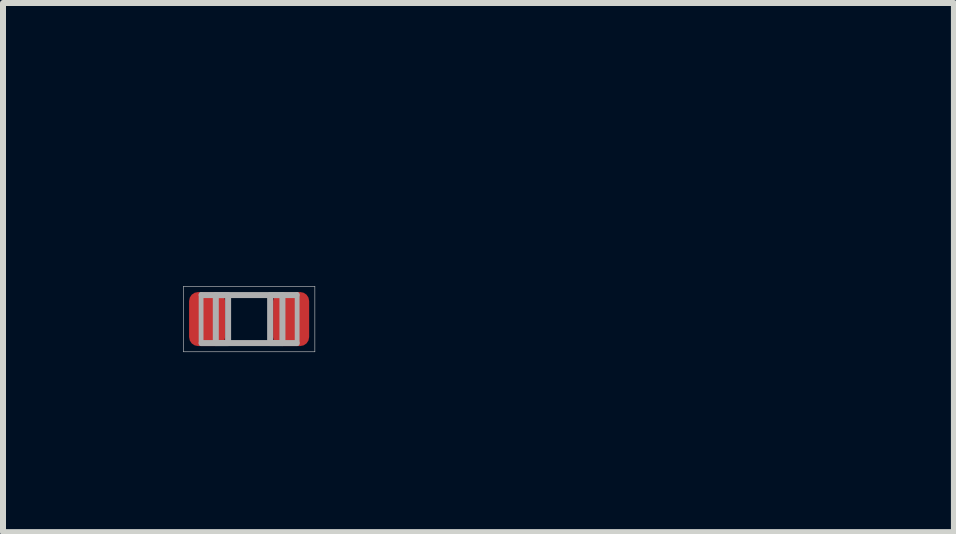
<source format=kicad_pcb>
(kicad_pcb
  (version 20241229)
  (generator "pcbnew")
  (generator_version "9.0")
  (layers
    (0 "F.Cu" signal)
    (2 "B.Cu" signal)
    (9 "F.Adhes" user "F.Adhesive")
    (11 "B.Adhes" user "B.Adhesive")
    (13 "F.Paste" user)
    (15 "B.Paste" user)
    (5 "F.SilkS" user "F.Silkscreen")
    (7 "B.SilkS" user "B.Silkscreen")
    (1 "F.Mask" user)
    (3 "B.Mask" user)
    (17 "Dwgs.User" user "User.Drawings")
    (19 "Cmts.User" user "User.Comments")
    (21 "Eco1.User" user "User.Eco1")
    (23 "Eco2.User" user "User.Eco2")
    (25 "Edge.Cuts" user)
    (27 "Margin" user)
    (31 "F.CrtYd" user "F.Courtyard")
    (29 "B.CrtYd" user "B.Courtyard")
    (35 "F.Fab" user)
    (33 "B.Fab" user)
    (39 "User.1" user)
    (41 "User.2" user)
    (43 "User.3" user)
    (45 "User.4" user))
  (footprint ".0603-C-NOSILK"
    (layer "F.Cu")
    (at 1.1 2.265)
    (property "Reference" ".0603-C-NOSILK" (at 0.6 -1.3 180) (layer "F.Mask") (effects (font (size 0.603 0.603) (thickness 0.121)) (justify left bottom)))
    (attr through_hole)
    (fp_line (start -0.845 -0.295) (end -0.845 0.295) (stroke (width 0.43) (type solid)) (layer "F.Mask"))
    (fp_line (start -0.8 0.41) (end -0.8 -0.41) (stroke (width 0.08) (type solid)) (layer "F.Mask"))
    (fp_line (start -0.79 -0.4) (end 0.79 -0.4) (stroke (width 0.1) (type solid)) (layer "F.Mask"))
    (fp_line (start -0.555 -0.295) (end -0.845 -0.295) (stroke (width 0.43) (type solid)) (layer "F.Mask"))
    (fp_line (start -0.555 -0.295) (end -0.555 0.295) (stroke (width 0.43) (type solid)) (layer "F.Mask"))
    (fp_line (start -0.555 0.295) (end -0.845 0.295) (stroke (width 0.43) (type solid)) (layer "F.Mask"))
    (fp_line (start 0.555 -0.295) (end 0.555 0.295) (stroke (width 0.43) (type solid)) (layer "F.Mask"))
    (fp_line (start 0.79 0.4) (end -0.79 0.4) (stroke (width 0.1) (type solid)) (layer "F.Mask"))
    (fp_line (start 0.8 -0.41) (end 0.8 0.41) (stroke (width 0.08) (type solid)) (layer "F.Mask"))
    (fp_line (start 0.845 -0.295) (end 0.555 -0.295) (stroke (width 0.43) (type solid)) (layer "F.Mask"))
    (fp_line (start 0.845 -0.295) (end 0.845 0.295) (stroke (width 0.43) (type solid)) (layer "F.Mask"))
    (fp_line (start 0.845 0.295) (end 0.555 0.295) (stroke (width 0.43) (type solid)) (layer "F.Mask"))
    (fp_line (start -1.095 -0.545) (end -1.095 0.545) (stroke (width 0.01) (type solid)) (layer "Dwgs.User"))
    (fp_line (start -1.095 0.545) (end 1.095 0.545) (stroke (width 0.01) (type solid)) (layer "Dwgs.User"))
    (fp_line (start 1.095 -0.545) (end -1.095 -0.545) (stroke (width 0.01) (type solid)) (layer "Dwgs.User"))
    (fp_line (start 1.095 0.545) (end 1.095 -0.545) (stroke (width 0.01) (type solid)) (layer "Dwgs.User"))
    (fp_line (start -0.8 0.41) (end -0.8 -0.41) (stroke (width 0.08) (type solid)) (layer "F.Fab"))
    (fp_line (start -0.79 -0.4) (end 0.79 -0.4) (stroke (width 0.1) (type solid)) (layer "F.Fab"))
    (fp_line (start 0.79 0.4) (end -0.79 0.4) (stroke (width 0.1) (type solid)) (layer "F.Fab"))
    (fp_line (start 0.8 -0.41) (end 0.8 0.41) (stroke (width 0.08) (type solid)) (layer "F.Fab"))
    (fp_poly (pts (xy -0.555 0.4) (xy -0.35 0.4) (xy -0.35 -0.4) (xy -0.555 -0.4)) (stroke (width 0.1) (type solid)) (fill no) (layer "F.Fab"))
    (fp_poly (pts (xy 0.35 0.4) (xy 0.555 0.4) (xy 0.555 -0.4) (xy 0.35 -0.4)) (stroke (width 0.1) (type solid)) (fill no) (layer "F.Fab"))
    (pad "1" smd roundrect (at -0.7 0) (size 0.6 0.9) (layers "F.Cu" "F.Mask" "F.Paste") (roundrect_rratio 0.25))
    (pad "2" smd roundrect (at 0.7 0) (size 0.6 0.9) (layers "F.Cu" "F.Mask" "F.Paste") (roundrect_rratio 0.25)))
  (gr_rect
    (start -3 -3)
    (end 12.841 5.815)
    (stroke (width 0.1) (type default))
    (fill no)
    (layer "Edge.Cuts")))
</source>
